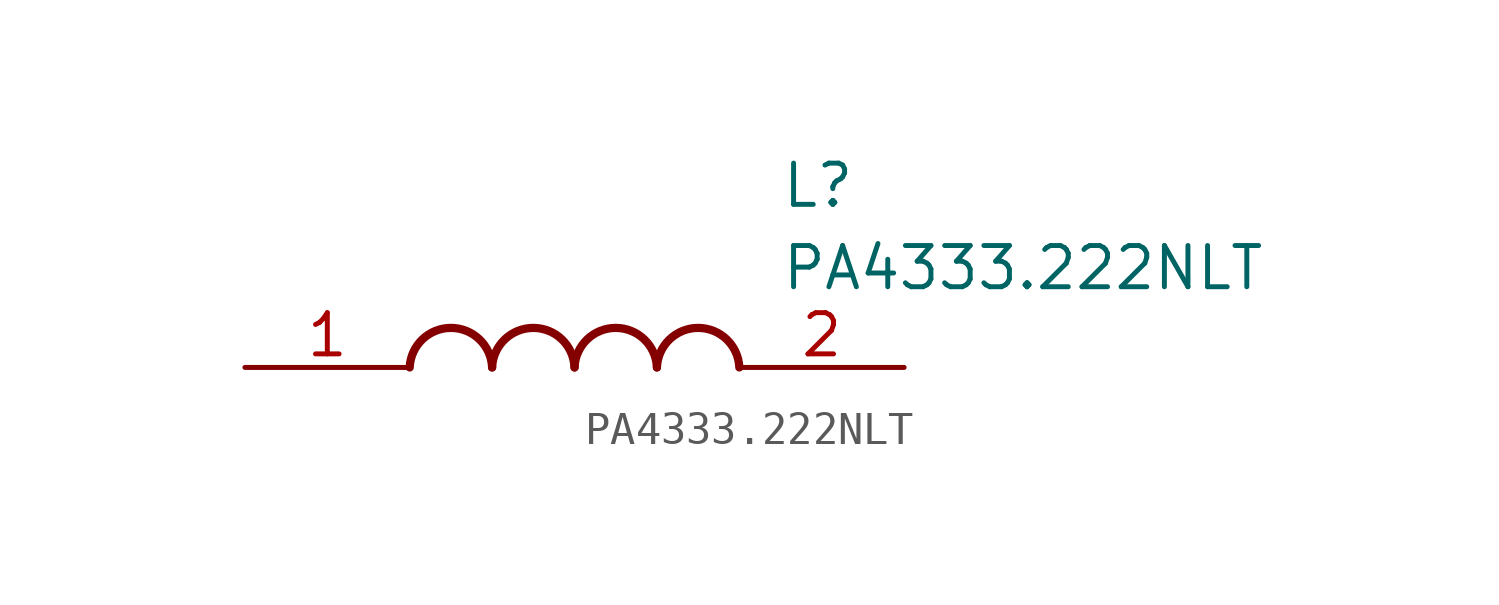
<source format=kicad_sym>
(kicad_symbol_lib
  (version 20211014)
  (generator SamacSys_ECAD_Model)
  (symbol "PA4333.222NLT"
    (pin_names hide)
    (property "Reference" "L"
      (at 16.51 6.35 0)
      (effects (font (size 1.27 1.27)) (justify left top)))
    (property "Value" "PA4333.222NLT"
      (at 16.51 3.81 0)
      (effects (font (size 1.27 1.27)) (justify left top)))
    (arc
      (start 7.62 0)
      (mid 6.35 1.219)
      (end 5.08 0)
      (stroke (width 0.254) (type default))
      (fill (type none)))
    (arc
      (start 10.16 0)
      (mid 8.89 1.219)
      (end 7.62 0)
      (stroke (width 0.254) (type default))
      (fill (type none)))
    (arc
      (start 12.7 0)
      (mid 11.43 1.219)
      (end 10.16 0)
      (stroke (width 0.254) (type default))
      (fill (type none)))
    (arc
      (start 15.24 0)
      (mid 13.97 1.219)
      (end 12.7 0)
      (stroke (width 0.254) (type default))
      (fill (type none)))
    (pin passive line
      (at 0 0 0)
      (length 5.08)
      (name "1" (effects (font (size 1.27 1.27))))
      (number "1" (effects (font (size 1.27 1.27)))))
    (pin passive line
      (at 20.32 0 180)
      (length 5.08)
      (name "2" (effects (font (size 1.27 1.27))))
      (number "2" (effects (font (size 1.27 1.27)))))))
</source>
